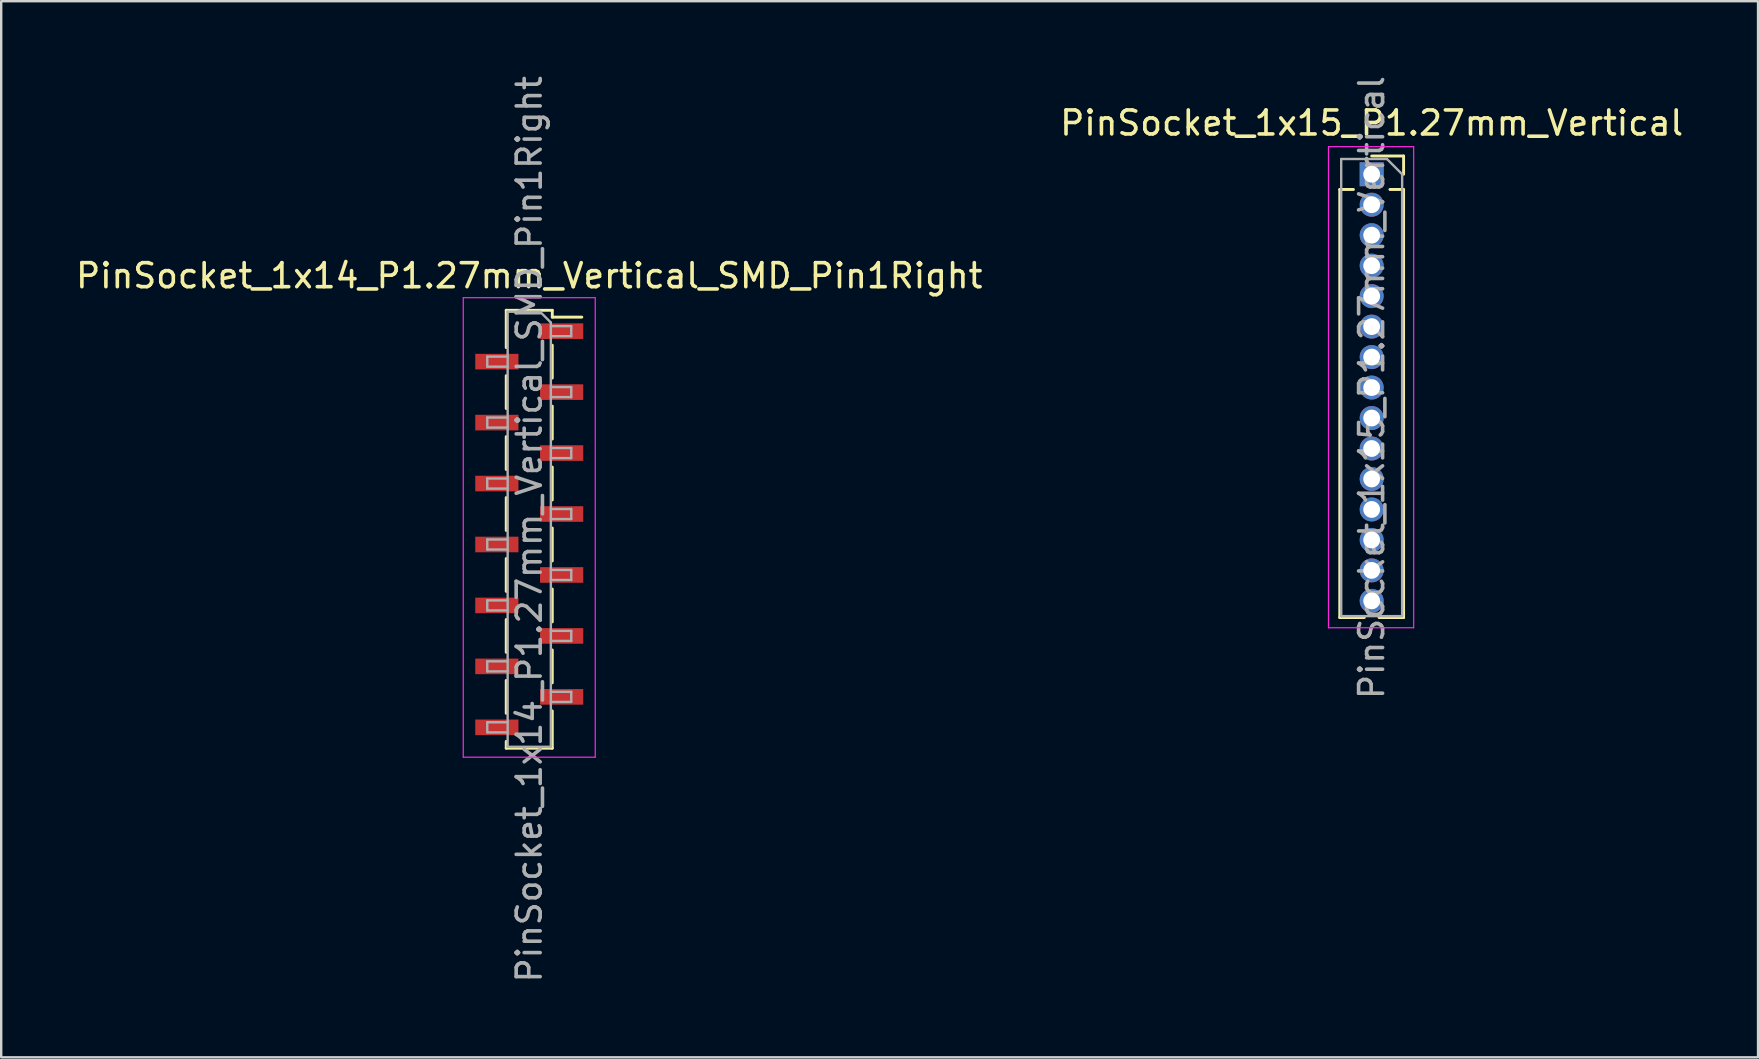
<source format=kicad_pcb>
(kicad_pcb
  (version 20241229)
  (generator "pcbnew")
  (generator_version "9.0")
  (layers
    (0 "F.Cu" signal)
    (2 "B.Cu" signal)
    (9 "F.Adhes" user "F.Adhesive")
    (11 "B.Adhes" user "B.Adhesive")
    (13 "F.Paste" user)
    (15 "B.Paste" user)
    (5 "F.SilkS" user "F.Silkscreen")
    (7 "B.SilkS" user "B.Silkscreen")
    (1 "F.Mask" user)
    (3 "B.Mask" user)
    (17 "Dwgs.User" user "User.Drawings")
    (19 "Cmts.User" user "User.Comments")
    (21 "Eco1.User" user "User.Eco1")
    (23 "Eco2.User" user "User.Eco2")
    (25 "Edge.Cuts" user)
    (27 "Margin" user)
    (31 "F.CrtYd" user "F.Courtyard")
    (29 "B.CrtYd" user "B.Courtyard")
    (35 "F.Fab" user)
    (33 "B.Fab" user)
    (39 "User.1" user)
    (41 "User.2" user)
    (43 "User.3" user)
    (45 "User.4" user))
  (footprint "PinSocket_1x14_P1.27mm_Vertical_SMD_Pin1Right"
    (layer "F.Cu")
    (at 19.006 19.006)
    (property "Reference" "PinSocket_1x14_P1.27mm_Vertical_SMD_Pin1Right" (at 0 -10.565 0) (layer "F.SilkS") (effects (font (size 1 1) (thickness 0.15))))
    (attr smd)
    (fp_line (start -0.96 -9.125) (end -0.96 -7.57) (stroke (width 0.12) (type solid)) (layer "F.SilkS"))
    (fp_line (start -0.96 -9.125) (end 0.96 -9.125) (stroke (width 0.12) (type solid)) (layer "F.SilkS"))
    (fp_line (start -0.96 -6.4) (end -0.96 -5.03) (stroke (width 0.12) (type solid)) (layer "F.SilkS"))
    (fp_line (start -0.96 -3.86) (end -0.96 -2.49) (stroke (width 0.12) (type solid)) (layer "F.SilkS"))
    (fp_line (start -0.96 -1.32) (end -0.96 0.05) (stroke (width 0.12) (type solid)) (layer "F.SilkS"))
    (fp_line (start -0.96 1.22) (end -0.96 2.59) (stroke (width 0.12) (type solid)) (layer "F.SilkS"))
    (fp_line (start -0.96 3.76) (end -0.96 5.13) (stroke (width 0.12) (type solid)) (layer "F.SilkS"))
    (fp_line (start -0.96 6.3) (end -0.96 7.67) (stroke (width 0.12) (type solid)) (layer "F.SilkS"))
    (fp_line (start -0.96 8.84) (end -0.96 9.125) (stroke (width 0.12) (type solid)) (layer "F.SilkS"))
    (fp_line (start -0.96 9.125) (end 0.96 9.125) (stroke (width 0.12) (type solid)) (layer "F.SilkS"))
    (fp_line (start 0.96 -9.125) (end 0.96 -8.84) (stroke (width 0.12) (type solid)) (layer "F.SilkS"))
    (fp_line (start 0.96 -8.84) (end 2.19 -8.84) (stroke (width 0.12) (type solid)) (layer "F.SilkS"))
    (fp_line (start 0.96 -7.67) (end 0.96 -6.3) (stroke (width 0.12) (type solid)) (layer "F.SilkS"))
    (fp_line (start 0.96 -5.13) (end 0.96 -3.76) (stroke (width 0.12) (type solid)) (layer "F.SilkS"))
    (fp_line (start 0.96 -2.59) (end 0.96 -1.22) (stroke (width 0.12) (type solid)) (layer "F.SilkS"))
    (fp_line (start 0.96 -0.05) (end 0.96 1.32) (stroke (width 0.12) (type solid)) (layer "F.SilkS"))
    (fp_line (start 0.96 2.49) (end 0.96 3.86) (stroke (width 0.12) (type solid)) (layer "F.SilkS"))
    (fp_line (start 0.96 5.03) (end 0.96 6.4) (stroke (width 0.12) (type solid)) (layer "F.SilkS"))
    (fp_line (start 0.96 7.57) (end 0.96 9.125) (stroke (width 0.12) (type solid)) (layer "F.SilkS"))
    (fp_line (start -2.75 -9.65) (end 2.75 -9.65) (stroke (width 0.05) (type solid)) (layer "F.CrtYd"))
    (fp_line (start -2.75 9.5) (end -2.75 -9.65) (stroke (width 0.05) (type solid)) (layer "F.CrtYd"))
    (fp_line (start 2.75 -9.65) (end 2.75 9.5) (stroke (width 0.05) (type solid)) (layer "F.CrtYd"))
    (fp_line (start 2.75 9.5) (end -2.75 9.5) (stroke (width 0.05) (type solid)) (layer "F.CrtYd"))
    (fp_line (start -1.75 -7.195) (end -0.9 -7.195) (stroke (width 0.1) (type solid)) (layer "F.Fab"))
    (fp_line (start -1.75 -6.775) (end -1.75 -7.195) (stroke (width 0.1) (type solid)) (layer "F.Fab"))
    (fp_line (start -1.75 -4.655) (end -0.9 -4.655) (stroke (width 0.1) (type solid)) (layer "F.Fab"))
    (fp_line (start -1.75 -4.235) (end -1.75 -4.655) (stroke (width 0.1) (type solid)) (layer "F.Fab"))
    (fp_line (start -1.75 -2.115) (end -0.9 -2.115) (stroke (width 0.1) (type solid)) (layer "F.Fab"))
    (fp_line (start -1.75 -1.695) (end -1.75 -2.115) (stroke (width 0.1) (type solid)) (layer "F.Fab"))
    (fp_line (start -1.75 0.425) (end -0.9 0.425) (stroke (width 0.1) (type solid)) (layer "F.Fab"))
    (fp_line (start -1.75 0.845) (end -1.75 0.425) (stroke (width 0.1) (type solid)) (layer "F.Fab"))
    (fp_line (start -1.75 2.965) (end -0.9 2.965) (stroke (width 0.1) (type solid)) (layer "F.Fab"))
    (fp_line (start -1.75 3.385) (end -1.75 2.965) (stroke (width 0.1) (type solid)) (layer "F.Fab"))
    (fp_line (start -1.75 5.505) (end -0.9 5.505) (stroke (width 0.1) (type solid)) (layer "F.Fab"))
    (fp_line (start -1.75 5.925) (end -1.75 5.505) (stroke (width 0.1) (type solid)) (layer "F.Fab"))
    (fp_line (start -1.75 8.045) (end -0.9 8.045) (stroke (width 0.1) (type solid)) (layer "F.Fab"))
    (fp_line (start -1.75 8.465) (end -1.75 8.045) (stroke (width 0.1) (type solid)) (layer "F.Fab"))
    (fp_line (start -0.9 -9.065) (end 0.45 -9.065) (stroke (width 0.1) (type solid)) (layer "F.Fab"))
    (fp_line (start -0.9 -6.775) (end -1.75 -6.775) (stroke (width 0.1) (type solid)) (layer "F.Fab"))
    (fp_line (start -0.9 -4.235) (end -1.75 -4.235) (stroke (width 0.1) (type solid)) (layer "F.Fab"))
    (fp_line (start -0.9 -1.695) (end -1.75 -1.695) (stroke (width 0.1) (type solid)) (layer "F.Fab"))
    (fp_line (start -0.9 0.845) (end -1.75 0.845) (stroke (width 0.1) (type solid)) (layer "F.Fab"))
    (fp_line (start -0.9 3.385) (end -1.75 3.385) (stroke (width 0.1) (type solid)) (layer "F.Fab"))
    (fp_line (start -0.9 5.925) (end -1.75 5.925) (stroke (width 0.1) (type solid)) (layer "F.Fab"))
    (fp_line (start -0.9 8.465) (end -1.75 8.465) (stroke (width 0.1) (type solid)) (layer "F.Fab"))
    (fp_line (start -0.9 9.065) (end -0.9 -9.065) (stroke (width 0.1) (type solid)) (layer "F.Fab"))
    (fp_line (start 0.45 -9.065) (end 0.9 -8.615) (stroke (width 0.1) (type solid)) (layer "F.Fab"))
    (fp_line (start 0.9 -8.615) (end 0.9 9.065) (stroke (width 0.1) (type solid)) (layer "F.Fab"))
    (fp_line (start 0.9 -8.465) (end 1.75 -8.465) (stroke (width 0.1) (type solid)) (layer "F.Fab"))
    (fp_line (start 0.9 -5.925) (end 1.75 -5.925) (stroke (width 0.1) (type solid)) (layer "F.Fab"))
    (fp_line (start 0.9 -3.385) (end 1.75 -3.385) (stroke (width 0.1) (type solid)) (layer "F.Fab"))
    (fp_line (start 0.9 -0.845) (end 1.75 -0.845) (stroke (width 0.1) (type solid)) (layer "F.Fab"))
    (fp_line (start 0.9 1.695) (end 1.75 1.695) (stroke (width 0.1) (type solid)) (layer "F.Fab"))
    (fp_line (start 0.9 4.235) (end 1.75 4.235) (stroke (width 0.1) (type solid)) (layer "F.Fab"))
    (fp_line (start 0.9 6.775) (end 1.75 6.775) (stroke (width 0.1) (type solid)) (layer "F.Fab"))
    (fp_line (start 0.9 9.065) (end -0.9 9.065) (stroke (width 0.1) (type solid)) (layer "F.Fab"))
    (fp_line (start 1.75 -8.465) (end 1.75 -8.045) (stroke (width 0.1) (type solid)) (layer "F.Fab"))
    (fp_line (start 1.75 -8.045) (end 0.9 -8.045) (stroke (width 0.1) (type solid)) (layer "F.Fab"))
    (fp_line (start 1.75 -5.925) (end 1.75 -5.505) (stroke (width 0.1) (type solid)) (layer "F.Fab"))
    (fp_line (start 1.75 -5.505) (end 0.9 -5.505) (stroke (width 0.1) (type solid)) (layer "F.Fab"))
    (fp_line (start 1.75 -3.385) (end 1.75 -2.965) (stroke (width 0.1) (type solid)) (layer "F.Fab"))
    (fp_line (start 1.75 -2.965) (end 0.9 -2.965) (stroke (width 0.1) (type solid)) (layer "F.Fab"))
    (fp_line (start 1.75 -0.845) (end 1.75 -0.425) (stroke (width 0.1) (type solid)) (layer "F.Fab"))
    (fp_line (start 1.75 -0.425) (end 0.9 -0.425) (stroke (width 0.1) (type solid)) (layer "F.Fab"))
    (fp_line (start 1.75 1.695) (end 1.75 2.115) (stroke (width 0.1) (type solid)) (layer "F.Fab"))
    (fp_line (start 1.75 2.115) (end 0.9 2.115) (stroke (width 0.1) (type solid)) (layer "F.Fab"))
    (fp_line (start 1.75 4.235) (end 1.75 4.655) (stroke (width 0.1) (type solid)) (layer "F.Fab"))
    (fp_line (start 1.75 4.655) (end 0.9 4.655) (stroke (width 0.1) (type solid)) (layer "F.Fab"))
    (fp_line (start 1.75 6.775) (end 1.75 7.195) (stroke (width 0.1) (type solid)) (layer "F.Fab"))
    (fp_line (start 1.75 7.195) (end 0.9 7.195) (stroke (width 0.1) (type solid)) (layer "F.Fab"))
    (fp_text user "${REFERENCE}" (at 0 0 90) (layer "F.Fab") (effects (font (size 1 1) (thickness 0.15))))
    (pad "1" smd rect (at 1.35 -8.255) (size 1.8 0.65) (layers "F.Cu" "F.Mask" "F.Paste"))
    (pad "2" smd rect (at -1.35 -6.985) (size 1.8 0.65) (layers "F.Cu" "F.Mask" "F.Paste"))
    (pad "3" smd rect (at 1.35 -5.715) (size 1.8 0.65) (layers "F.Cu" "F.Mask" "F.Paste"))
    (pad "4" smd rect (at -1.35 -4.445) (size 1.8 0.65) (layers "F.Cu" "F.Mask" "F.Paste"))
    (pad "5" smd rect (at 1.35 -3.175) (size 1.8 0.65) (layers "F.Cu" "F.Mask" "F.Paste"))
    (pad "6" smd rect (at -1.35 -1.905) (size 1.8 0.65) (layers "F.Cu" "F.Mask" "F.Paste"))
    (pad "7" smd rect (at 1.35 -0.635) (size 1.8 0.65) (layers "F.Cu" "F.Mask" "F.Paste"))
    (pad "8" smd rect (at -1.35 0.635) (size 1.8 0.65) (layers "F.Cu" "F.Mask" "F.Paste"))
    (pad "9" smd rect (at 1.35 1.905) (size 1.8 0.65) (layers "F.Cu" "F.Mask" "F.Paste"))
    (pad "10" smd rect (at -1.35 3.175) (size 1.8 0.65) (layers "F.Cu" "F.Mask" "F.Paste"))
    (pad "11" smd rect (at 1.35 4.445) (size 1.8 0.65) (layers "F.Cu" "F.Mask" "F.Paste"))
    (pad "12" smd rect (at -1.35 5.715) (size 1.8 0.65) (layers "F.Cu" "F.Mask" "F.Paste"))
    (pad "13" smd rect (at 1.35 6.985) (size 1.8 0.65) (layers "F.Cu" "F.Mask" "F.Paste"))
    (pad "14" smd rect (at -1.35 8.255) (size 1.8 0.65) (layers "F.Cu" "F.Mask" "F.Paste")))
  (footprint "PinSocket_1x15_P1.27mm_Vertical"
    (layer "F.Cu")
    (at 54.113 4.211)
    (property "Reference" "PinSocket_1x15_P1.27mm_Vertical" (at 0 -2.135 0) (layer "F.SilkS") (effects (font (size 1 1) (thickness 0.15))))
    (attr through_hole)
    (fp_line (start -1.33 0.635) (end -1.33 18.475) (stroke (width 0.12) (type solid)) (layer "F.SilkS"))
    (fp_line (start -1.33 0.635) (end -0.76 0.635) (stroke (width 0.12) (type solid)) (layer "F.SilkS"))
    (fp_line (start -1.33 18.475) (end -0.308 18.475) (stroke (width 0.12) (type solid)) (layer "F.SilkS"))
    (fp_line (start 0 -0.76) (end 1.33 -0.76) (stroke (width 0.12) (type solid)) (layer "F.SilkS"))
    (fp_line (start 0.308 18.475) (end 1.33 18.475) (stroke (width 0.12) (type solid)) (layer "F.SilkS"))
    (fp_line (start 0.76 0.635) (end 1.33 0.635) (stroke (width 0.12) (type solid)) (layer "F.SilkS"))
    (fp_line (start 1.33 -0.76) (end 1.33 0) (stroke (width 0.12) (type solid)) (layer "F.SilkS"))
    (fp_line (start 1.33 0.635) (end 1.33 18.475) (stroke (width 0.12) (type solid)) (layer "F.SilkS"))
    (fp_line (start -1.8 -1.15) (end 1.75 -1.15) (stroke (width 0.05) (type solid)) (layer "F.CrtYd"))
    (fp_line (start -1.8 18.9) (end -1.8 -1.15) (stroke (width 0.05) (type solid)) (layer "F.CrtYd"))
    (fp_line (start 1.75 -1.15) (end 1.75 18.9) (stroke (width 0.05) (type solid)) (layer "F.CrtYd"))
    (fp_line (start 1.75 18.9) (end -1.8 18.9) (stroke (width 0.05) (type solid)) (layer "F.CrtYd"))
    (fp_line (start -1.27 -0.635) (end 0.635 -0.635) (stroke (width 0.1) (type solid)) (layer "F.Fab"))
    (fp_line (start -1.27 18.415) (end -1.27 -0.635) (stroke (width 0.1) (type solid)) (layer "F.Fab"))
    (fp_line (start 0.635 -0.635) (end 1.27 0) (stroke (width 0.1) (type solid)) (layer "F.Fab"))
    (fp_line (start 1.27 0) (end 1.27 18.415) (stroke (width 0.1) (type solid)) (layer "F.Fab"))
    (fp_line (start 1.27 18.415) (end -1.27 18.415) (stroke (width 0.1) (type solid)) (layer "F.Fab"))
    (fp_text user "${REFERENCE}" (at 0 8.89 90) (layer "F.Fab") (effects (font (size 1 1) (thickness 0.15))))
    (pad "1" thru_hole rect (at 0 0) (size 1 1) (drill 0.7) (layers "*.Cu" "*.Mask"))
    (pad "2" thru_hole oval (at 0 1.27) (size 1 1) (drill 0.7) (layers "*.Cu" "*.Mask"))
    (pad "3" thru_hole oval (at 0 2.54) (size 1 1) (drill 0.7) (layers "*.Cu" "*.Mask"))
    (pad "4" thru_hole oval (at 0 3.81) (size 1 1) (drill 0.7) (layers "*.Cu" "*.Mask"))
    (pad "5" thru_hole oval (at 0 5.08) (size 1 1) (drill 0.7) (layers "*.Cu" "*.Mask"))
    (pad "6" thru_hole oval (at 0 6.35) (size 1 1) (drill 0.7) (layers "*.Cu" "*.Mask"))
    (pad "7" thru_hole oval (at 0 7.62) (size 1 1) (drill 0.7) (layers "*.Cu" "*.Mask"))
    (pad "8" thru_hole oval (at 0 8.89) (size 1 1) (drill 0.7) (layers "*.Cu" "*.Mask"))
    (pad "9" thru_hole oval (at 0 10.16) (size 1 1) (drill 0.7) (layers "*.Cu" "*.Mask"))
    (pad "10" thru_hole oval (at 0 11.43) (size 1 1) (drill 0.7) (layers "*.Cu" "*.Mask"))
    (pad "11" thru_hole oval (at 0 12.7) (size 1 1) (drill 0.7) (layers "*.Cu" "*.Mask"))
    (pad "12" thru_hole oval (at 0 13.97) (size 1 1) (drill 0.7) (layers "*.Cu" "*.Mask"))
    (pad "13" thru_hole oval (at 0 15.24) (size 1 1) (drill 0.7) (layers "*.Cu" "*.Mask"))
    (pad "14" thru_hole oval (at 0 16.51) (size 1 1) (drill 0.7) (layers "*.Cu" "*.Mask"))
    (pad "15" thru_hole oval (at 0 17.78) (size 1 1) (drill 0.7) (layers "*.Cu" "*.Mask")))
  (gr_rect
    (start -3 -3)
    (end 70.214 41.012)
    (stroke (width 0.1) (type default))
    (fill no)
    (layer "Edge.Cuts")))
</source>
